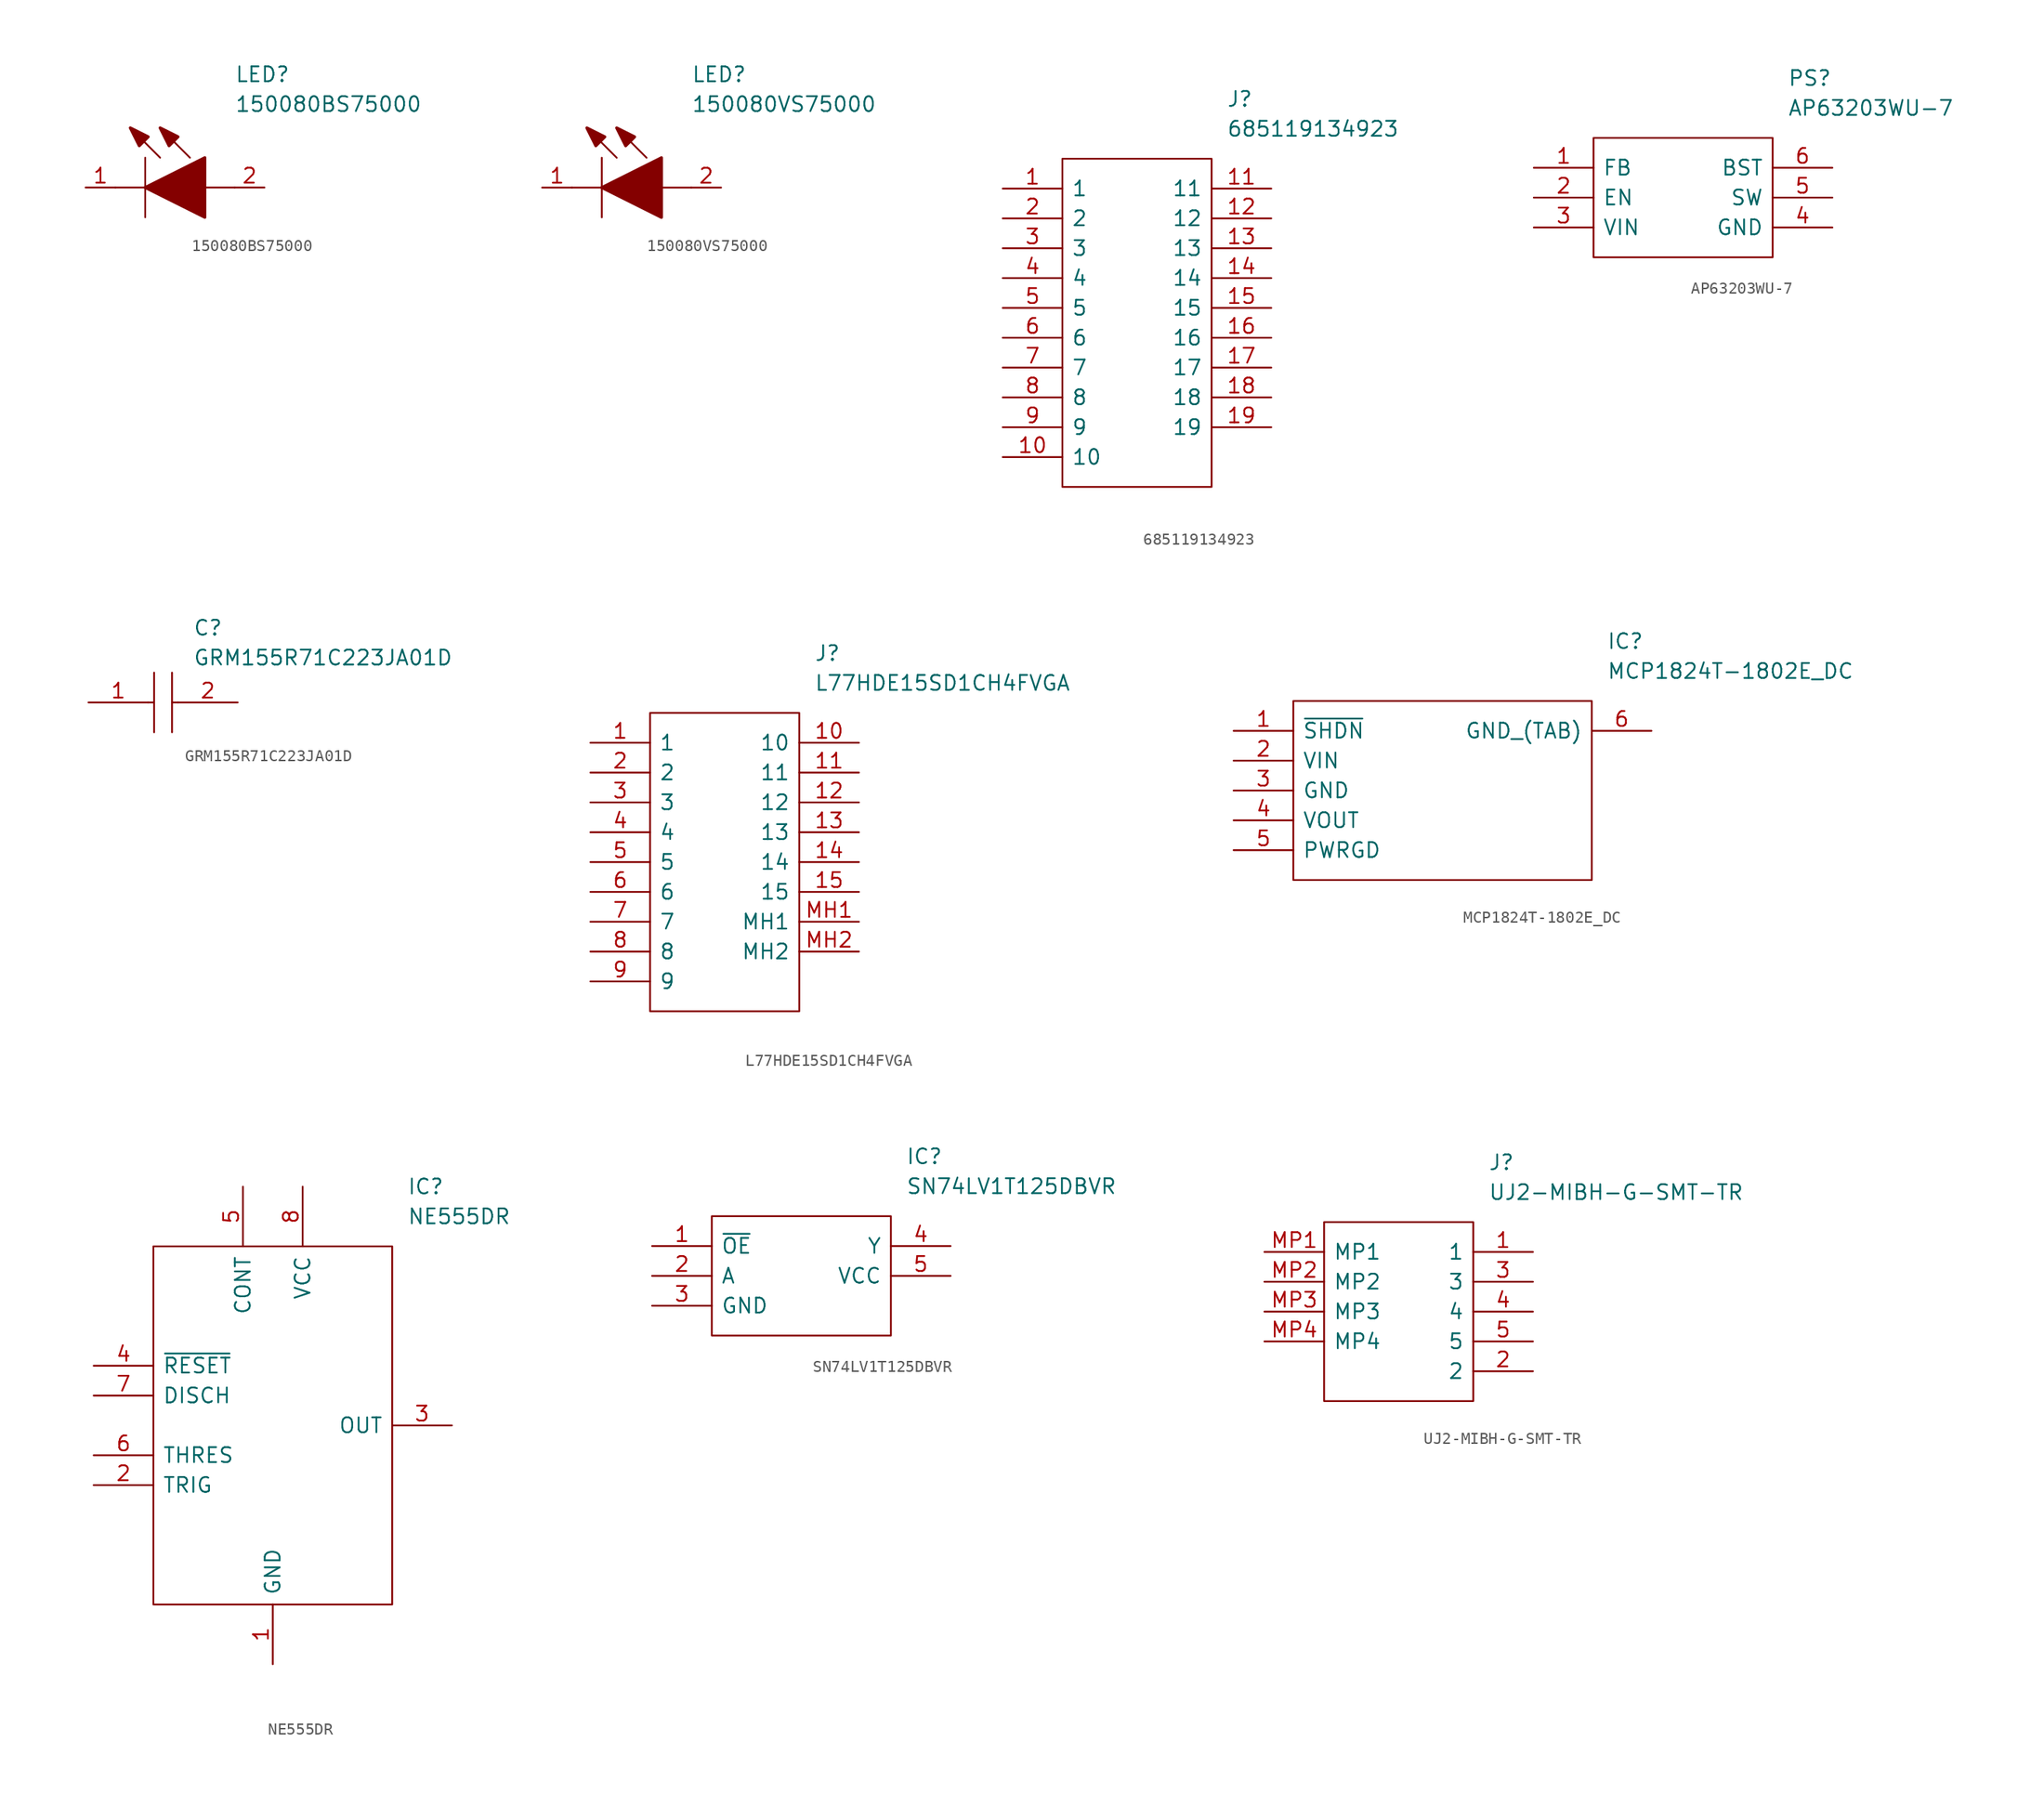
<source format=kicad_sym>
(kicad_symbol_lib
  (version 20231120)
  (generator "kicad_symbol_editor")
  (generator_version "8.0")
  (symbol "150080BS75000"
    (pin_names
      (offset 0.762))
    (property "Reference" "LED"
      (at 12.7 8.89 0)
      (effects (font (size 1.27 1.27)) (justify left bottom)))
    (property "Value" "150080BS75000"
      (at 12.7 6.35 0)
      (effects (font (size 1.27 1.27)) (justify left bottom)))
    (symbol "150080BS75000_0_0"
      (pin passive line (at 0 0 0) (length 2.54) (name "~" (effects (font (size 1.27 1.27)))) (number "1" (effects (font (size 1.27 1.27)))))
      (pin passive line (at 15.24 0 180) (length 2.54) (name "~" (effects (font (size 1.27 1.27)))) (number "2" (effects (font (size 1.27 1.27))))))
    (symbol "150080BS75000_0_1"
      (polyline (pts (xy 2.54 0) (xy 5.08 0)) (stroke (width 0.152) (type default)) (fill (type none)))
      (polyline (pts (xy 5.08 2.54) (xy 5.08 -2.54)) (stroke (width 0.152) (type default)) (fill (type none)))
      (polyline (pts (xy 6.35 2.54) (xy 3.81 5.08)) (stroke (width 0.152) (type default)) (fill (type none)))
      (polyline (pts (xy 8.89 2.54) (xy 6.35 5.08)) (stroke (width 0.152) (type default)) (fill (type none)))
      (polyline (pts (xy 10.16 0) (xy 12.7 0)) (stroke (width 0.152) (type default)) (fill (type none)))
      (polyline (pts (xy 5.08 0) (xy 10.16 2.54) (xy 10.16 -2.54) (xy 5.08 0)) (stroke (width 0.254) (type default)) (fill (type outline)))
      (polyline (pts (xy 5.334 4.318) (xy 4.572 3.556) (xy 3.81 5.08) (xy 5.334 4.318)) (stroke (width 0.254) (type default)) (fill (type outline)))
      (polyline (pts (xy 7.874 4.318) (xy 7.112 3.556) (xy 6.35 5.08) (xy 7.874 4.318)) (stroke (width 0.254) (type default)) (fill (type outline)))))
  (symbol "150080VS75000"
    (pin_names
      (offset 0.762))
    (property "Reference" "LED"
      (at 12.7 8.89 0)
      (effects (font (size 1.27 1.27)) (justify left bottom)))
    (property "Value" "150080VS75000"
      (at 12.7 6.35 0)
      (effects (font (size 1.27 1.27)) (justify left bottom)))
    (symbol "150080VS75000_0_0"
      (pin passive line (at 0 0 0) (length 2.54) (name "~" (effects (font (size 1.27 1.27)))) (number "1" (effects (font (size 1.27 1.27)))))
      (pin passive line (at 15.24 0 180) (length 2.54) (name "~" (effects (font (size 1.27 1.27)))) (number "2" (effects (font (size 1.27 1.27))))))
    (symbol "150080VS75000_0_1"
      (polyline (pts (xy 2.54 0) (xy 5.08 0)) (stroke (width 0.152) (type default)) (fill (type none)))
      (polyline (pts (xy 5.08 2.54) (xy 5.08 -2.54)) (stroke (width 0.152) (type default)) (fill (type none)))
      (polyline (pts (xy 6.35 2.54) (xy 3.81 5.08)) (stroke (width 0.152) (type default)) (fill (type none)))
      (polyline (pts (xy 8.89 2.54) (xy 6.35 5.08)) (stroke (width 0.152) (type default)) (fill (type none)))
      (polyline (pts (xy 10.16 0) (xy 12.7 0)) (stroke (width 0.152) (type default)) (fill (type none)))
      (polyline (pts (xy 5.08 0) (xy 10.16 2.54) (xy 10.16 -2.54) (xy 5.08 0)) (stroke (width 0.254) (type default)) (fill (type outline)))
      (polyline (pts (xy 5.334 4.318) (xy 4.572 3.556) (xy 3.81 5.08) (xy 5.334 4.318)) (stroke (width 0.254) (type default)) (fill (type outline)))
      (polyline (pts (xy 7.874 4.318) (xy 7.112 3.556) (xy 6.35 5.08) (xy 7.874 4.318)) (stroke (width 0.254) (type default)) (fill (type outline)))))
  (symbol "685119134923"
    (pin_names
      (offset 0.762))
    (property "Reference" "J"
      (at 19.05 7.62 0)
      (effects (font (size 1.27 1.27)) (justify left)))
    (property "Value" "685119134923"
      (at 19.05 5.08 0)
      (effects (font (size 1.27 1.27)) (justify left)))
    (symbol "685119134923_0_0"
      (pin passive line (at 0 0 0) (length 5.08) (name "1" (effects (font (size 1.27 1.27)))) (number "1" (effects (font (size 1.27 1.27)))))
      (pin passive line (at 0 -22.86 0) (length 5.08) (name "10" (effects (font (size 1.27 1.27)))) (number "10" (effects (font (size 1.27 1.27)))))
      (pin passive line (at 22.86 0 180) (length 5.08) (name "11" (effects (font (size 1.27 1.27)))) (number "11" (effects (font (size 1.27 1.27)))))
      (pin passive line (at 22.86 -2.54 180) (length 5.08) (name "12" (effects (font (size 1.27 1.27)))) (number "12" (effects (font (size 1.27 1.27)))))
      (pin passive line (at 22.86 -5.08 180) (length 5.08) (name "13" (effects (font (size 1.27 1.27)))) (number "13" (effects (font (size 1.27 1.27)))))
      (pin passive line (at 22.86 -7.62 180) (length 5.08) (name "14" (effects (font (size 1.27 1.27)))) (number "14" (effects (font (size 1.27 1.27)))))
      (pin passive line (at 22.86 -10.16 180) (length 5.08) (name "15" (effects (font (size 1.27 1.27)))) (number "15" (effects (font (size 1.27 1.27)))))
      (pin passive line (at 22.86 -12.7 180) (length 5.08) (name "16" (effects (font (size 1.27 1.27)))) (number "16" (effects (font (size 1.27 1.27)))))
      (pin passive line (at 22.86 -15.24 180) (length 5.08) (name "17" (effects (font (size 1.27 1.27)))) (number "17" (effects (font (size 1.27 1.27)))))
      (pin passive line (at 22.86 -17.78 180) (length 5.08) (name "18" (effects (font (size 1.27 1.27)))) (number "18" (effects (font (size 1.27 1.27)))))
      (pin passive line (at 22.86 -20.32 180) (length 5.08) (name "19" (effects (font (size 1.27 1.27)))) (number "19" (effects (font (size 1.27 1.27)))))
      (pin passive line (at 0 -2.54 0) (length 5.08) (name "2" (effects (font (size 1.27 1.27)))) (number "2" (effects (font (size 1.27 1.27)))))
      (pin passive line (at 0 -5.08 0) (length 5.08) (name "3" (effects (font (size 1.27 1.27)))) (number "3" (effects (font (size 1.27 1.27)))))
      (pin passive line (at 0 -7.62 0) (length 5.08) (name "4" (effects (font (size 1.27 1.27)))) (number "4" (effects (font (size 1.27 1.27)))))
      (pin passive line (at 0 -10.16 0) (length 5.08) (name "5" (effects (font (size 1.27 1.27)))) (number "5" (effects (font (size 1.27 1.27)))))
      (pin passive line (at 0 -12.7 0) (length 5.08) (name "6" (effects (font (size 1.27 1.27)))) (number "6" (effects (font (size 1.27 1.27)))))
      (pin passive line (at 0 -15.24 0) (length 5.08) (name "7" (effects (font (size 1.27 1.27)))) (number "7" (effects (font (size 1.27 1.27)))))
      (pin passive line (at 0 -17.78 0) (length 5.08) (name "8" (effects (font (size 1.27 1.27)))) (number "8" (effects (font (size 1.27 1.27)))))
      (pin passive line (at 0 -20.32 0) (length 5.08) (name "9" (effects (font (size 1.27 1.27)))) (number "9" (effects (font (size 1.27 1.27))))))
    (symbol "685119134923_0_1"
      (polyline (pts (xy 5.08 2.54) (xy 17.78 2.54) (xy 17.78 -25.4) (xy 5.08 -25.4) (xy 5.08 2.54)) (stroke (width 0.152) (type default)) (fill (type none)))))
  (symbol "AP63203WU-7"
    (pin_names
      (offset 0.762))
    (property "Reference" "PS"
      (at 21.59 7.62 0)
      (effects (font (size 1.27 1.27)) (justify left)))
    (property "Value" "AP63203WU-7"
      (at 21.59 5.08 0)
      (effects (font (size 1.27 1.27)) (justify left)))
    (symbol "AP63203WU-7_0_0"
      (pin input line (at 0 0 0) (length 5.08) (name "FB" (effects (font (size 1.27 1.27)))) (number "1" (effects (font (size 1.27 1.27)))))
      (pin input line (at 0 -2.54 0) (length 5.08) (name "EN" (effects (font (size 1.27 1.27)))) (number "2" (effects (font (size 1.27 1.27)))))
      (pin power_in line (at 0 -5.08 0) (length 5.08) (name "VIN" (effects (font (size 1.27 1.27)))) (number "3" (effects (font (size 1.27 1.27)))))
      (pin power_in line (at 25.4 -5.08 180) (length 5.08) (name "GND" (effects (font (size 1.27 1.27)))) (number "4" (effects (font (size 1.27 1.27)))))
      (pin output line (at 25.4 -2.54 180) (length 5.08) (name "SW" (effects (font (size 1.27 1.27)))) (number "5" (effects (font (size 1.27 1.27)))))
      (pin input line (at 25.4 0 180) (length 5.08) (name "BST" (effects (font (size 1.27 1.27)))) (number "6" (effects (font (size 1.27 1.27))))))
    (symbol "AP63203WU-7_0_1"
      (polyline (pts (xy 5.08 2.54) (xy 20.32 2.54) (xy 20.32 -7.62) (xy 5.08 -7.62) (xy 5.08 2.54)) (stroke (width 0.152) (type solid)) (fill (type none)))))
  (symbol "GRM155R71C223JA01D"
    (pin_names
      (offset 0.762))
    (property "Reference" "C"
      (at 8.89 6.35 0)
      (effects (font (size 1.27 1.27)) (justify left)))
    (property "Value" "GRM155R71C223JA01D"
      (at 8.89 3.81 0)
      (effects (font (size 1.27 1.27)) (justify left)))
    (symbol "GRM155R71C223JA01D_0_0"
      (pin passive line (at 0 0 0) (length 5.08) (name "~" (effects (font (size 1.27 1.27)))) (number "1" (effects (font (size 1.27 1.27)))))
      (pin passive line (at 12.7 0 180) (length 5.08) (name "~" (effects (font (size 1.27 1.27)))) (number "2" (effects (font (size 1.27 1.27))))))
    (symbol "GRM155R71C223JA01D_0_1"
      (polyline (pts (xy 5.08 0) (xy 5.588 0)) (stroke (width 0.152) (type default)) (fill (type none)))
      (polyline (pts (xy 5.588 2.54) (xy 5.588 -2.54)) (stroke (width 0.152) (type default)) (fill (type none)))
      (polyline (pts (xy 7.112 0) (xy 7.62 0)) (stroke (width 0.152) (type default)) (fill (type none)))
      (polyline (pts (xy 7.112 2.54) (xy 7.112 -2.54)) (stroke (width 0.152) (type default)) (fill (type none)))))
  (symbol "L77HDE15SD1CH4FVGA"
    (pin_names
      (offset 0.762))
    (property "Reference" "J"
      (at 19.05 7.62 0)
      (effects (font (size 1.27 1.27)) (justify left)))
    (property "Value" "L77HDE15SD1CH4FVGA"
      (at 19.05 5.08 0)
      (effects (font (size 1.27 1.27)) (justify left)))
    (symbol "L77HDE15SD1CH4FVGA_0_0"
      (pin passive line (at 0 0 0) (length 5.08) (name "1" (effects (font (size 1.27 1.27)))) (number "1" (effects (font (size 1.27 1.27)))))
      (pin passive line (at 22.86 0 180) (length 5.08) (name "10" (effects (font (size 1.27 1.27)))) (number "10" (effects (font (size 1.27 1.27)))))
      (pin passive line (at 22.86 -2.54 180) (length 5.08) (name "11" (effects (font (size 1.27 1.27)))) (number "11" (effects (font (size 1.27 1.27)))))
      (pin passive line (at 22.86 -5.08 180) (length 5.08) (name "12" (effects (font (size 1.27 1.27)))) (number "12" (effects (font (size 1.27 1.27)))))
      (pin passive line (at 22.86 -7.62 180) (length 5.08) (name "13" (effects (font (size 1.27 1.27)))) (number "13" (effects (font (size 1.27 1.27)))))
      (pin passive line (at 22.86 -10.16 180) (length 5.08) (name "14" (effects (font (size 1.27 1.27)))) (number "14" (effects (font (size 1.27 1.27)))))
      (pin passive line (at 22.86 -12.7 180) (length 5.08) (name "15" (effects (font (size 1.27 1.27)))) (number "15" (effects (font (size 1.27 1.27)))))
      (pin passive line (at 0 -2.54 0) (length 5.08) (name "2" (effects (font (size 1.27 1.27)))) (number "2" (effects (font (size 1.27 1.27)))))
      (pin passive line (at 0 -5.08 0) (length 5.08) (name "3" (effects (font (size 1.27 1.27)))) (number "3" (effects (font (size 1.27 1.27)))))
      (pin passive line (at 0 -7.62 0) (length 5.08) (name "4" (effects (font (size 1.27 1.27)))) (number "4" (effects (font (size 1.27 1.27)))))
      (pin passive line (at 0 -10.16 0) (length 5.08) (name "5" (effects (font (size 1.27 1.27)))) (number "5" (effects (font (size 1.27 1.27)))))
      (pin passive line (at 0 -12.7 0) (length 5.08) (name "6" (effects (font (size 1.27 1.27)))) (number "6" (effects (font (size 1.27 1.27)))))
      (pin passive line (at 0 -15.24 0) (length 5.08) (name "7" (effects (font (size 1.27 1.27)))) (number "7" (effects (font (size 1.27 1.27)))))
      (pin passive line (at 0 -17.78 0) (length 5.08) (name "8" (effects (font (size 1.27 1.27)))) (number "8" (effects (font (size 1.27 1.27)))))
      (pin passive line (at 0 -20.32 0) (length 5.08) (name "9" (effects (font (size 1.27 1.27)))) (number "9" (effects (font (size 1.27 1.27)))))
      (pin passive line (at 22.86 -15.24 180) (length 5.08) (name "MH1" (effects (font (size 1.27 1.27)))) (number "MH1" (effects (font (size 1.27 1.27)))))
      (pin passive line (at 22.86 -17.78 180) (length 5.08) (name "MH2" (effects (font (size 1.27 1.27)))) (number "MH2" (effects (font (size 1.27 1.27))))))
    (symbol "L77HDE15SD1CH4FVGA_0_1"
      (polyline (pts (xy 5.08 2.54) (xy 17.78 2.54) (xy 17.78 -22.86) (xy 5.08 -22.86) (xy 5.08 2.54)) (stroke (width 0.152) (type solid)) (fill (type none)))))
  (symbol "MCP1824T-1802E_DC"
    (pin_names
      (offset 0.762))
    (property "Reference" "IC"
      (at 31.75 7.62 0)
      (effects (font (size 1.27 1.27)) (justify left)))
    (property "Value" "MCP1824T-1802E_DC"
      (at 31.75 5.08 0)
      (effects (font (size 1.27 1.27)) (justify left)))
    (symbol "MCP1824T-1802E_DC_0_0"
      (pin passive line (at 0 0 0) (length 5.08) (name "~{SHDN}" (effects (font (size 1.27 1.27)))) (number "1" (effects (font (size 1.27 1.27)))))
      (pin input line (at 0 -2.54 0) (length 5.08) (name "VIN" (effects (font (size 1.27 1.27)))) (number "2" (effects (font (size 1.27 1.27)))))
      (pin power_in line (at 0 -5.08 0) (length 5.08) (name "GND" (effects (font (size 1.27 1.27)))) (number "3" (effects (font (size 1.27 1.27)))))
      (pin output line (at 0 -7.62 0) (length 5.08) (name "VOUT" (effects (font (size 1.27 1.27)))) (number "4" (effects (font (size 1.27 1.27)))))
      (pin passive line (at 0 -10.16 0) (length 5.08) (name "PWRGD" (effects (font (size 1.27 1.27)))) (number "5" (effects (font (size 1.27 1.27)))))
      (pin power_in line (at 35.56 0 180) (length 5.08) (name "GND_(TAB)" (effects (font (size 1.27 1.27)))) (number "6" (effects (font (size 1.27 1.27))))))
    (symbol "MCP1824T-1802E_DC_0_1"
      (polyline (pts (xy 5.08 2.54) (xy 30.48 2.54) (xy 30.48 -12.7) (xy 5.08 -12.7) (xy 5.08 2.54)) (stroke (width 0.152) (type solid)) (fill (type none)))))
  (symbol "NE555DR"
    (pin_names
      (offset 0.762))
    (property "Reference" "IC"
      (at 26.67 15.24 0)
      (effects (font (size 1.27 1.27)) (justify left)))
    (property "Value" "NE555DR"
      (at 26.67 12.7 0)
      (effects (font (size 1.27 1.27)) (justify left)))
    (symbol "NE555DR_0_0"
      (pin bidirectional line (at 15.24 -25.4 90) (length 5.08) (name "GND" (effects (font (size 1.27 1.27)))) (number "1" (effects (font (size 1.27 1.27)))))
      (pin bidirectional line (at 0 -10.16 0) (length 5.08) (name "TRIG" (effects (font (size 1.27 1.27)))) (number "2" (effects (font (size 1.27 1.27)))))
      (pin bidirectional line (at 30.48 -5.08 180) (length 5.08) (name "OUT" (effects (font (size 1.27 1.27)))) (number "3" (effects (font (size 1.27 1.27)))))
      (pin bidirectional line (at 0 0 0) (length 5.08) (name "~{RESET}" (effects (font (size 1.27 1.27)))) (number "4" (effects (font (size 1.27 1.27)))))
      (pin bidirectional line (at 12.7 15.24 270) (length 5.08) (name "CONT" (effects (font (size 1.27 1.27)))) (number "5" (effects (font (size 1.27 1.27)))))
      (pin bidirectional line (at 0 -7.62 0) (length 5.08) (name "THRES" (effects (font (size 1.27 1.27)))) (number "6" (effects (font (size 1.27 1.27)))))
      (pin bidirectional line (at 0 -2.54 0) (length 5.08) (name "DISCH" (effects (font (size 1.27 1.27)))) (number "7" (effects (font (size 1.27 1.27)))))
      (pin bidirectional line (at 17.78 15.24 270) (length 5.08) (name "VCC" (effects (font (size 1.27 1.27)))) (number "8" (effects (font (size 1.27 1.27))))))
    (symbol "NE555DR_0_1"
      (polyline (pts (xy 5.08 10.16) (xy 25.4 10.16) (xy 25.4 -20.32) (xy 5.08 -20.32) (xy 5.08 10.16)) (stroke (width 0.152) (type solid)) (fill (type none)))))
  (symbol "SN74LV1T125DBVR"
    (pin_names
      (offset 0.762))
    (property "Reference" "IC"
      (at 21.59 7.62 0)
      (effects (font (size 1.27 1.27)) (justify left)))
    (property "Value" "SN74LV1T125DBVR"
      (at 21.59 5.08 0)
      (effects (font (size 1.27 1.27)) (justify left)))
    (symbol "SN74LV1T125DBVR_0_0"
      (pin passive line (at 0 0 0) (length 5.08) (name "~{OE}" (effects (font (size 1.27 1.27)))) (number "1" (effects (font (size 1.27 1.27)))))
      (pin passive line (at 0 -2.54 0) (length 5.08) (name "A" (effects (font (size 1.27 1.27)))) (number "2" (effects (font (size 1.27 1.27)))))
      (pin passive line (at 0 -5.08 0) (length 5.08) (name "GND" (effects (font (size 1.27 1.27)))) (number "3" (effects (font (size 1.27 1.27)))))
      (pin passive line (at 25.4 0 180) (length 5.08) (name "Y" (effects (font (size 1.27 1.27)))) (number "4" (effects (font (size 1.27 1.27)))))
      (pin passive line (at 25.4 -2.54 180) (length 5.08) (name "VCC" (effects (font (size 1.27 1.27)))) (number "5" (effects (font (size 1.27 1.27))))))
    (symbol "SN74LV1T125DBVR_0_1"
      (polyline (pts (xy 5.08 2.54) (xy 20.32 2.54) (xy 20.32 -7.62) (xy 5.08 -7.62) (xy 5.08 2.54)) (stroke (width 0.152) (type default)) (fill (type none)))))
  (symbol "UJ2-MIBH-G-SMT-TR"
    (pin_names
      (offset 0.762))
    (property "Reference" "J"
      (at 19.05 7.62 0)
      (effects (font (size 1.27 1.27)) (justify left)))
    (property "Value" "UJ2-MIBH-G-SMT-TR"
      (at 19.05 5.08 0)
      (effects (font (size 1.27 1.27)) (justify left)))
    (symbol "UJ2-MIBH-G-SMT-TR_0_0"
      (pin passive line (at 22.86 0 180) (length 5.08) (name "1" (effects (font (size 1.27 1.27)))) (number "1" (effects (font (size 1.27 1.27)))))
      (pin passive line (at 22.86 -10.16 180) (length 5.08) (name "2" (effects (font (size 1.27 1.27)))) (number "2" (effects (font (size 1.27 1.27)))))
      (pin passive line (at 22.86 -2.54 180) (length 5.08) (name "3" (effects (font (size 1.27 1.27)))) (number "3" (effects (font (size 1.27 1.27)))))
      (pin passive line (at 22.86 -5.08 180) (length 5.08) (name "4" (effects (font (size 1.27 1.27)))) (number "4" (effects (font (size 1.27 1.27)))))
      (pin passive line (at 22.86 -7.62 180) (length 5.08) (name "5" (effects (font (size 1.27 1.27)))) (number "5" (effects (font (size 1.27 1.27)))))
      (pin passive line (at 0 0 0) (length 5.08) (name "MP1" (effects (font (size 1.27 1.27)))) (number "MP1" (effects (font (size 1.27 1.27)))))
      (pin passive line (at 0 -2.54 0) (length 5.08) (name "MP2" (effects (font (size 1.27 1.27)))) (number "MP2" (effects (font (size 1.27 1.27)))))
      (pin passive line (at 0 -5.08 0) (length 5.08) (name "MP3" (effects (font (size 1.27 1.27)))) (number "MP3" (effects (font (size 1.27 1.27)))))
      (pin passive line (at 0 -7.62 0) (length 5.08) (name "MP4" (effects (font (size 1.27 1.27)))) (number "MP4" (effects (font (size 1.27 1.27))))))
    (symbol "UJ2-MIBH-G-SMT-TR_0_1"
      (polyline (pts (xy 5.08 2.54) (xy 17.78 2.54) (xy 17.78 -12.7) (xy 5.08 -12.7) (xy 5.08 2.54)) (stroke (width 0.152) (type solid)) (fill (type none))))))
</source>
